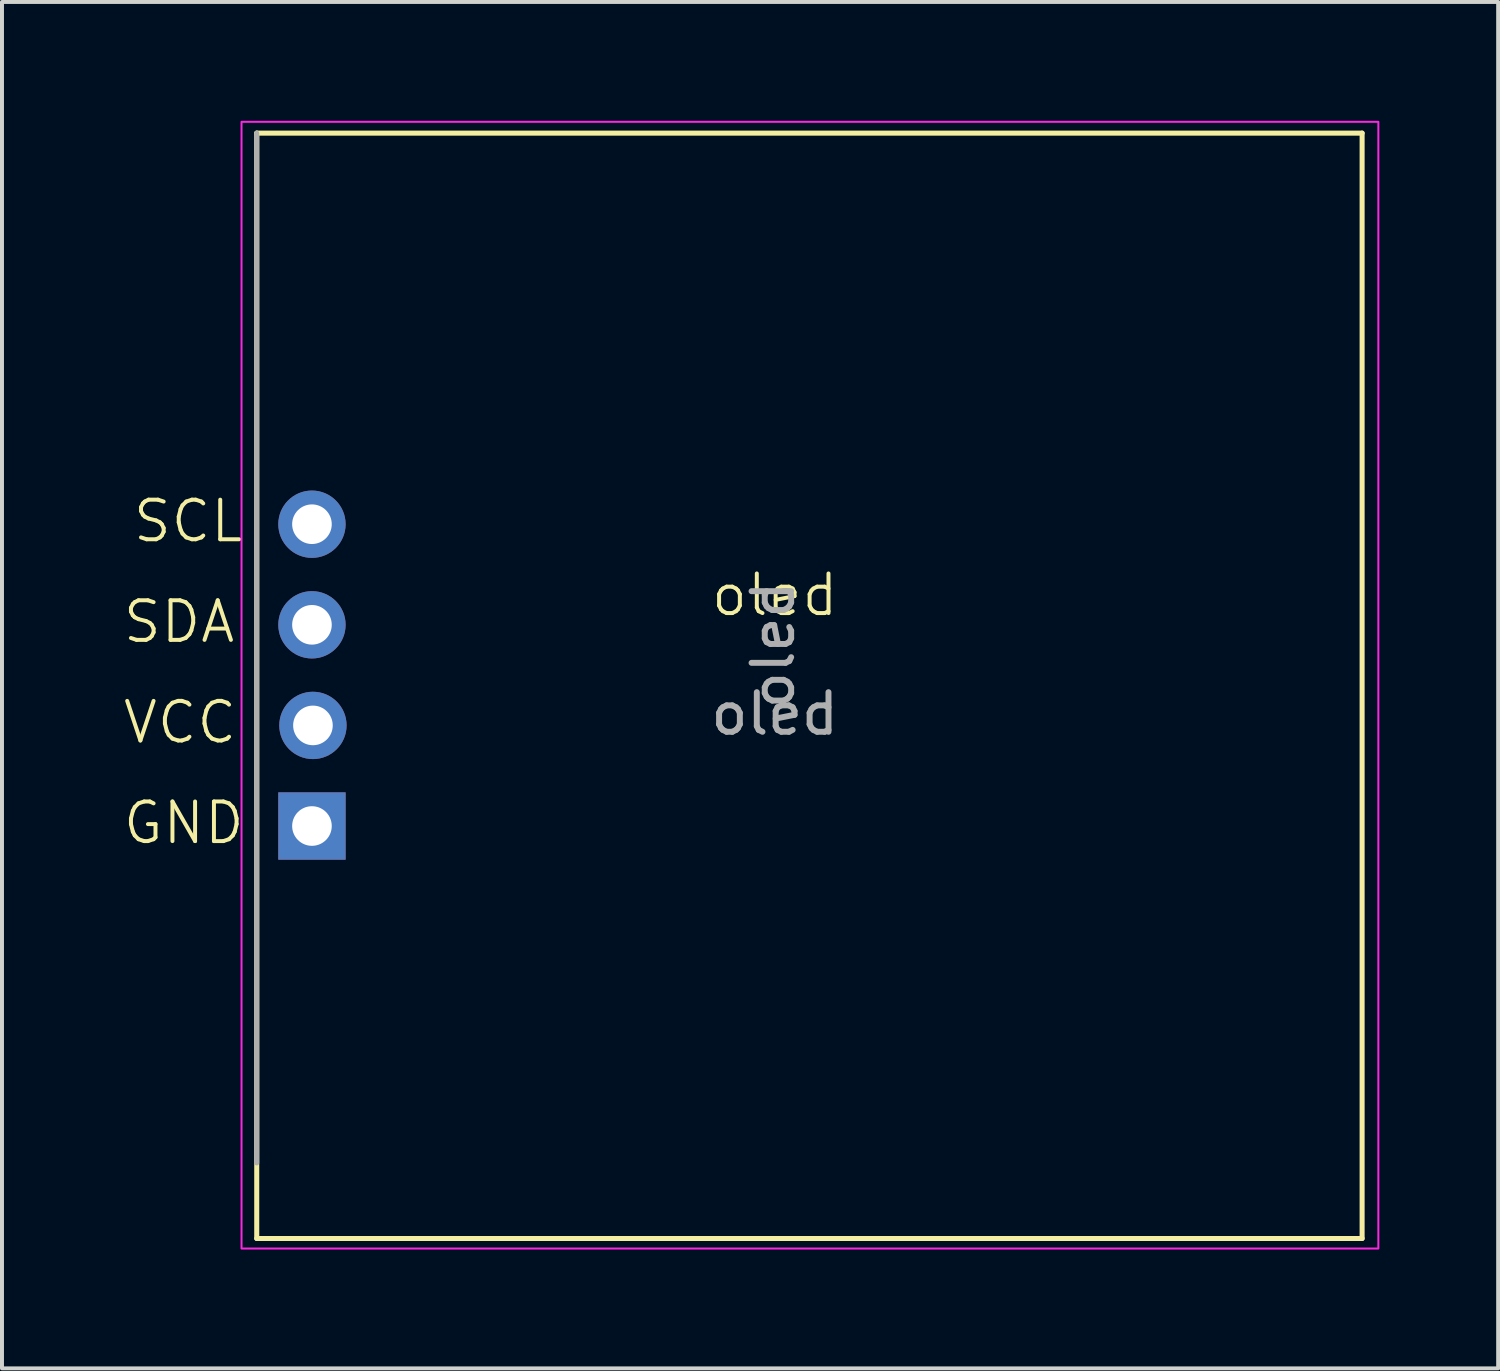
<source format=kicad_pcb>
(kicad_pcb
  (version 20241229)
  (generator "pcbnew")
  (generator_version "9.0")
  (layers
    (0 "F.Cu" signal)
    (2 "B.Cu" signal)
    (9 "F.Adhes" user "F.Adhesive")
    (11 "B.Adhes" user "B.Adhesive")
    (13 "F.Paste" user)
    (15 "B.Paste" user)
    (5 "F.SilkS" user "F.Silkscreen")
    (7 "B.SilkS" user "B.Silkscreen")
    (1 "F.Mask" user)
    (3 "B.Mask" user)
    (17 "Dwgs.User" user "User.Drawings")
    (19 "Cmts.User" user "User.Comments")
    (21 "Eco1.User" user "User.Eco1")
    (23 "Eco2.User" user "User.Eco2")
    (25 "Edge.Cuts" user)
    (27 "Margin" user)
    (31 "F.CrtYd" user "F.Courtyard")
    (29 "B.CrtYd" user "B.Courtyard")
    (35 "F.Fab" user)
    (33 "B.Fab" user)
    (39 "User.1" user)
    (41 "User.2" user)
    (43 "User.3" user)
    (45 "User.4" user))
  (footprint "oled"
    (layer "F.Cu")
    (at 16.51 12.471)
    (property "Reference" "oled" (at 0 -0.5 0) (unlocked yes) (layer "F.SilkS") (effects (font (size 1 1) (thickness 0.1))))
    (attr through_hole)
    (fp_line (start -13.078 -12.16) (end 14.83 -12.16) (stroke (width 0.127) (type solid)) (layer "F.SilkS"))
    (fp_line (start -13.078 15.748) (end -13.078 -12.16) (stroke (width 0.127) (type solid)) (layer "F.SilkS"))
    (fp_line (start -13.078 15.748) (end 14.83 15.748) (stroke (width 0.127) (type solid)) (layer "F.SilkS"))
    (fp_line (start 14.83 15.748) (end 14.83 -12.16) (stroke (width 0.127) (type solid)) (layer "F.SilkS"))
    (fp_rect (start -13.462 -12.446) (end 15.24 16.002) (stroke (width 0.05) (type default)) (fill no) (layer "F.CrtYd"))
    (fp_line (start -13.078 13.84) (end -13.078 -12.16) (stroke (width 0.127) (type solid)) (layer "F.Fab"))
    (fp_text user "VCC" (at -16.51 3.302 0) (unlocked yes) (layer "F.SilkS") (effects (font (size 1 1) (thickness 0.1)) (justify left bottom)))
    (fp_text user "GND" (at -16.51 5.842 0) (unlocked yes) (layer "F.SilkS") (effects (font (size 1 1) (thickness 0.1)) (justify left bottom)))
    (fp_text user "SCL" (at -16.256 -1.778 0) (unlocked yes) (layer "F.SilkS") (effects (font (size 1 1) (thickness 0.1)) (justify left bottom)))
    (fp_text user "SDA" (at -16.51 0.762 0) (unlocked yes) (layer "F.SilkS") (effects (font (size 1 1) (thickness 0.1)) (justify left bottom)))
    (fp_text user "${REFERENCE}" (at -0.04 0.762 90) (unlocked yes) (layer "F.Fab") (effects (font (size 1 1) (thickness 0.15))))
    (fp_text user "${REFERENCE}" (at 0 2.5 0) (unlocked yes) (layer "F.Fab") (effects (font (size 1 1) (thickness 0.15))))
    (pad "1" thru_hole rect (at -11.684 5.334) (size 1.7 1.7) (drill 1) (layers "*.Cu" "*.Mask"))
    (pad "2" thru_hole circle (at -11.659 2.794) (size 1.7 1.7) (drill 1) (layers "*.Cu" "*.Mask"))
    (pad "3" thru_hole circle (at -11.684 0.254) (size 1.7 1.7) (drill 1) (layers "*.Cu" "*.Mask"))
    (pad "4" thru_hole circle (at -11.684 -2.286) (size 1.7 1.7) (drill 1) (layers "*.Cu" "*.Mask")))
  (gr_rect
    (start -3 -3)
    (end 34.775 31.498)
    (stroke (width 0.1) (type default))
    (fill no)
    (layer "Edge.Cuts")))
</source>
